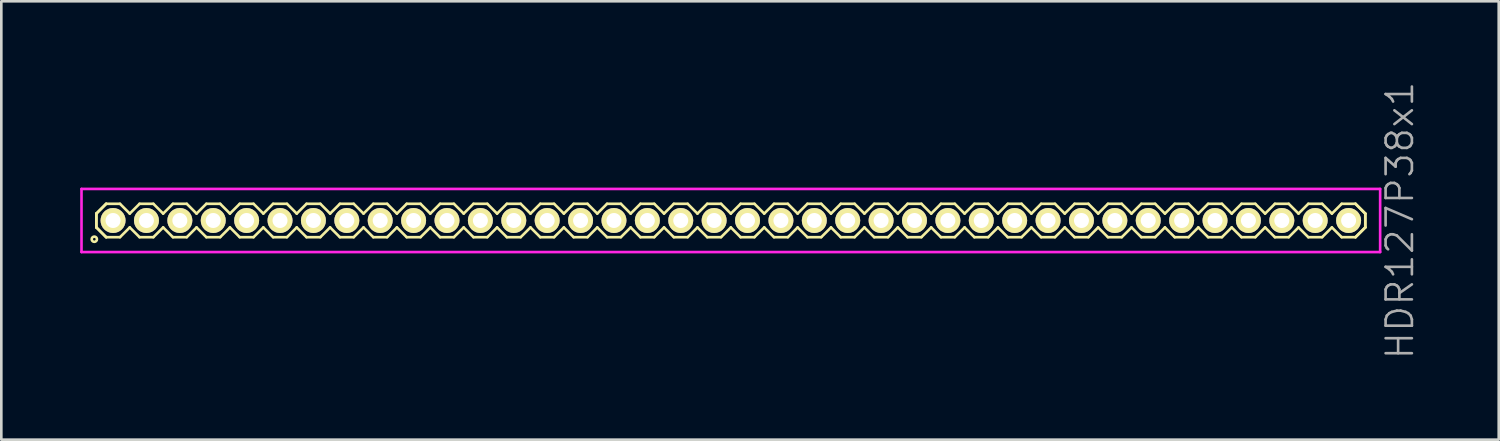
<source format=kicad_pcb>
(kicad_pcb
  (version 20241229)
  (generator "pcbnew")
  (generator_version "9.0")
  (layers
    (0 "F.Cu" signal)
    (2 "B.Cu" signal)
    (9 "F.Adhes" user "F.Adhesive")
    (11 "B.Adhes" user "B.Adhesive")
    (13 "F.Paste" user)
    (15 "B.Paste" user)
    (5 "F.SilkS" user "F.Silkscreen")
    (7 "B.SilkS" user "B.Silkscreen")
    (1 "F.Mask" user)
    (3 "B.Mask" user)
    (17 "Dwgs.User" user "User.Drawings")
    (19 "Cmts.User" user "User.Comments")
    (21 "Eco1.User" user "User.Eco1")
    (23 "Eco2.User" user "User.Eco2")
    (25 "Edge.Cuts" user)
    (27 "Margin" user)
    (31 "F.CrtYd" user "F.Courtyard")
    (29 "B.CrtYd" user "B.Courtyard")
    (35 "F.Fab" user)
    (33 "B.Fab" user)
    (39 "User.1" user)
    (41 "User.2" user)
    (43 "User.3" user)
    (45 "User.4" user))
  (footprint "HDR127P38x1"
    (layer "F.Cu")
    (at 24.745 5.336)
    (property "Reference" "HDR127P38x1" (at 25.445 0 90) (layer "F.Fab") (effects (font (size 1 1) (thickness 0.1))))
    (attr through_hole)
    (fp_line (start -24.13 -0.263) (end -23.758 -0.635) (stroke (width 0.1) (type solid)) (layer "F.SilkS"))
    (fp_line (start -24.13 -0.263) (end -23.758 -0.635) (stroke (width 0.1) (type solid)) (layer "F.SilkS"))
    (fp_line (start -24.13 0.263) (end -24.13 -0.263) (stroke (width 0.1) (type solid)) (layer "F.SilkS"))
    (fp_line (start -24.13 0.263) (end -24.13 -0.263) (stroke (width 0.1) (type solid)) (layer "F.SilkS"))
    (fp_line (start -23.758 -0.635) (end -23.232 -0.635) (stroke (width 0.1) (type solid)) (layer "F.SilkS"))
    (fp_line (start -23.758 0.635) (end -24.13 0.263) (stroke (width 0.1) (type solid)) (layer "F.SilkS"))
    (fp_line (start -23.758 0.635) (end -24.13 0.263) (stroke (width 0.1) (type solid)) (layer "F.SilkS"))
    (fp_line (start -23.232 -0.635) (end -22.86 -0.263) (stroke (width 0.1) (type solid)) (layer "F.SilkS"))
    (fp_line (start -23.232 0.635) (end -23.758 0.635) (stroke (width 0.1) (type solid)) (layer "F.SilkS"))
    (fp_line (start -22.86 -0.263) (end -22.488 -0.635) (stroke (width 0.1) (type solid)) (layer "F.SilkS"))
    (fp_line (start -22.86 0.263) (end -23.232 0.635) (stroke (width 0.1) (type solid)) (layer "F.SilkS"))
    (fp_line (start -22.488 -0.635) (end -21.962 -0.635) (stroke (width 0.1) (type solid)) (layer "F.SilkS"))
    (fp_line (start -22.488 0.635) (end -22.86 0.263) (stroke (width 0.1) (type solid)) (layer "F.SilkS"))
    (fp_line (start -21.962 -0.635) (end -21.59 -0.263) (stroke (width 0.1) (type solid)) (layer "F.SilkS"))
    (fp_line (start -21.962 0.635) (end -22.488 0.635) (stroke (width 0.1) (type solid)) (layer "F.SilkS"))
    (fp_line (start -21.59 -0.263) (end -21.218 -0.635) (stroke (width 0.1) (type solid)) (layer "F.SilkS"))
    (fp_line (start -21.59 0.263) (end -21.962 0.635) (stroke (width 0.1) (type solid)) (layer "F.SilkS"))
    (fp_line (start -21.218 -0.635) (end -20.692 -0.635) (stroke (width 0.1) (type solid)) (layer "F.SilkS"))
    (fp_line (start -21.218 0.635) (end -21.59 0.263) (stroke (width 0.1) (type solid)) (layer "F.SilkS"))
    (fp_line (start -20.692 -0.635) (end -20.32 -0.263) (stroke (width 0.1) (type solid)) (layer "F.SilkS"))
    (fp_line (start -20.692 0.635) (end -21.218 0.635) (stroke (width 0.1) (type solid)) (layer "F.SilkS"))
    (fp_line (start -20.32 -0.263) (end -19.948 -0.635) (stroke (width 0.1) (type solid)) (layer "F.SilkS"))
    (fp_line (start -20.32 0.263) (end -20.692 0.635) (stroke (width 0.1) (type solid)) (layer "F.SilkS"))
    (fp_line (start -19.948 -0.635) (end -19.422 -0.635) (stroke (width 0.1) (type solid)) (layer "F.SilkS"))
    (fp_line (start -19.948 0.635) (end -20.32 0.263) (stroke (width 0.1) (type solid)) (layer "F.SilkS"))
    (fp_line (start -19.422 -0.635) (end -19.05 -0.263) (stroke (width 0.1) (type solid)) (layer "F.SilkS"))
    (fp_line (start -19.422 0.635) (end -19.948 0.635) (stroke (width 0.1) (type solid)) (layer "F.SilkS"))
    (fp_line (start -19.05 -0.263) (end -18.678 -0.635) (stroke (width 0.1) (type solid)) (layer "F.SilkS"))
    (fp_line (start -19.05 0.263) (end -19.422 0.635) (stroke (width 0.1) (type solid)) (layer "F.SilkS"))
    (fp_line (start -18.678 -0.635) (end -18.152 -0.635) (stroke (width 0.1) (type solid)) (layer "F.SilkS"))
    (fp_line (start -18.678 0.635) (end -19.05 0.263) (stroke (width 0.1) (type solid)) (layer "F.SilkS"))
    (fp_line (start -18.152 -0.635) (end -17.78 -0.263) (stroke (width 0.1) (type solid)) (layer "F.SilkS"))
    (fp_line (start -18.152 0.635) (end -18.678 0.635) (stroke (width 0.1) (type solid)) (layer "F.SilkS"))
    (fp_line (start -17.78 -0.263) (end -17.408 -0.635) (stroke (width 0.1) (type solid)) (layer "F.SilkS"))
    (fp_line (start -17.78 0.263) (end -18.152 0.635) (stroke (width 0.1) (type solid)) (layer "F.SilkS"))
    (fp_line (start -17.408 -0.635) (end -16.882 -0.635) (stroke (width 0.1) (type solid)) (layer "F.SilkS"))
    (fp_line (start -17.408 0.635) (end -17.78 0.263) (stroke (width 0.1) (type solid)) (layer "F.SilkS"))
    (fp_line (start -16.882 -0.635) (end -16.51 -0.263) (stroke (width 0.1) (type solid)) (layer "F.SilkS"))
    (fp_line (start -16.882 0.635) (end -17.408 0.635) (stroke (width 0.1) (type solid)) (layer "F.SilkS"))
    (fp_line (start -16.51 -0.263) (end -16.138 -0.635) (stroke (width 0.1) (type solid)) (layer "F.SilkS"))
    (fp_line (start -16.51 0.263) (end -16.882 0.635) (stroke (width 0.1) (type solid)) (layer "F.SilkS"))
    (fp_line (start -16.138 -0.635) (end -15.612 -0.635) (stroke (width 0.1) (type solid)) (layer "F.SilkS"))
    (fp_line (start -16.138 0.635) (end -16.51 0.263) (stroke (width 0.1) (type solid)) (layer "F.SilkS"))
    (fp_line (start -15.612 -0.635) (end -15.24 -0.263) (stroke (width 0.1) (type solid)) (layer "F.SilkS"))
    (fp_line (start -15.612 0.635) (end -16.138 0.635) (stroke (width 0.1) (type solid)) (layer "F.SilkS"))
    (fp_line (start -15.24 -0.263) (end -14.868 -0.635) (stroke (width 0.1) (type solid)) (layer "F.SilkS"))
    (fp_line (start -15.24 0.263) (end -15.612 0.635) (stroke (width 0.1) (type solid)) (layer "F.SilkS"))
    (fp_line (start -14.868 -0.635) (end -14.342 -0.635) (stroke (width 0.1) (type solid)) (layer "F.SilkS"))
    (fp_line (start -14.868 0.635) (end -15.24 0.263) (stroke (width 0.1) (type solid)) (layer "F.SilkS"))
    (fp_line (start -14.342 -0.635) (end -13.97 -0.263) (stroke (width 0.1) (type solid)) (layer "F.SilkS"))
    (fp_line (start -14.342 0.635) (end -14.868 0.635) (stroke (width 0.1) (type solid)) (layer "F.SilkS"))
    (fp_line (start -13.97 -0.263) (end -13.598 -0.635) (stroke (width 0.1) (type solid)) (layer "F.SilkS"))
    (fp_line (start -13.97 0.263) (end -14.342 0.635) (stroke (width 0.1) (type solid)) (layer "F.SilkS"))
    (fp_line (start -13.598 -0.635) (end -13.072 -0.635) (stroke (width 0.1) (type solid)) (layer "F.SilkS"))
    (fp_line (start -13.598 0.635) (end -13.97 0.263) (stroke (width 0.1) (type solid)) (layer "F.SilkS"))
    (fp_line (start -13.072 -0.635) (end -12.7 -0.263) (stroke (width 0.1) (type solid)) (layer "F.SilkS"))
    (fp_line (start -13.072 0.635) (end -13.598 0.635) (stroke (width 0.1) (type solid)) (layer "F.SilkS"))
    (fp_line (start -12.7 -0.263) (end -12.328 -0.635) (stroke (width 0.1) (type solid)) (layer "F.SilkS"))
    (fp_line (start -12.7 0.263) (end -13.072 0.635) (stroke (width 0.1) (type solid)) (layer "F.SilkS"))
    (fp_line (start -12.328 -0.635) (end -11.802 -0.635) (stroke (width 0.1) (type solid)) (layer "F.SilkS"))
    (fp_line (start -12.328 0.635) (end -12.7 0.263) (stroke (width 0.1) (type solid)) (layer "F.SilkS"))
    (fp_line (start -11.802 -0.635) (end -11.43 -0.263) (stroke (width 0.1) (type solid)) (layer "F.SilkS"))
    (fp_line (start -11.802 0.635) (end -12.328 0.635) (stroke (width 0.1) (type solid)) (layer "F.SilkS"))
    (fp_line (start -11.43 -0.263) (end -11.058 -0.635) (stroke (width 0.1) (type solid)) (layer "F.SilkS"))
    (fp_line (start -11.43 0.263) (end -11.802 0.635) (stroke (width 0.1) (type solid)) (layer "F.SilkS"))
    (fp_line (start -11.058 -0.635) (end -10.532 -0.635) (stroke (width 0.1) (type solid)) (layer "F.SilkS"))
    (fp_line (start -11.058 0.635) (end -11.43 0.263) (stroke (width 0.1) (type solid)) (layer "F.SilkS"))
    (fp_line (start -10.532 -0.635) (end -10.16 -0.263) (stroke (width 0.1) (type solid)) (layer "F.SilkS"))
    (fp_line (start -10.532 0.635) (end -11.058 0.635) (stroke (width 0.1) (type solid)) (layer "F.SilkS"))
    (fp_line (start -10.16 -0.263) (end -9.788 -0.635) (stroke (width 0.1) (type solid)) (layer "F.SilkS"))
    (fp_line (start -10.16 0.263) (end -10.532 0.635) (stroke (width 0.1) (type solid)) (layer "F.SilkS"))
    (fp_line (start -9.788 -0.635) (end -9.262 -0.635) (stroke (width 0.1) (type solid)) (layer "F.SilkS"))
    (fp_line (start -9.788 0.635) (end -10.16 0.263) (stroke (width 0.1) (type solid)) (layer "F.SilkS"))
    (fp_line (start -9.262 -0.635) (end -8.89 -0.263) (stroke (width 0.1) (type solid)) (layer "F.SilkS"))
    (fp_line (start -9.262 0.635) (end -9.788 0.635) (stroke (width 0.1) (type solid)) (layer "F.SilkS"))
    (fp_line (start -8.89 -0.263) (end -8.518 -0.635) (stroke (width 0.1) (type solid)) (layer "F.SilkS"))
    (fp_line (start -8.89 0.263) (end -9.262 0.635) (stroke (width 0.1) (type solid)) (layer "F.SilkS"))
    (fp_line (start -8.518 -0.635) (end -7.992 -0.635) (stroke (width 0.1) (type solid)) (layer "F.SilkS"))
    (fp_line (start -8.518 0.635) (end -8.89 0.263) (stroke (width 0.1) (type solid)) (layer "F.SilkS"))
    (fp_line (start -7.992 -0.635) (end -7.62 -0.263) (stroke (width 0.1) (type solid)) (layer "F.SilkS"))
    (fp_line (start -7.992 0.635) (end -8.518 0.635) (stroke (width 0.1) (type solid)) (layer "F.SilkS"))
    (fp_line (start -7.62 -0.263) (end -7.248 -0.635) (stroke (width 0.1) (type solid)) (layer "F.SilkS"))
    (fp_line (start -7.62 0.263) (end -7.992 0.635) (stroke (width 0.1) (type solid)) (layer "F.SilkS"))
    (fp_line (start -7.248 -0.635) (end -6.722 -0.635) (stroke (width 0.1) (type solid)) (layer "F.SilkS"))
    (fp_line (start -7.248 0.635) (end -7.62 0.263) (stroke (width 0.1) (type solid)) (layer "F.SilkS"))
    (fp_line (start -6.722 -0.635) (end -6.35 -0.263) (stroke (width 0.1) (type solid)) (layer "F.SilkS"))
    (fp_line (start -6.722 0.635) (end -7.248 0.635) (stroke (width 0.1) (type solid)) (layer "F.SilkS"))
    (fp_line (start -6.35 -0.263) (end -5.978 -0.635) (stroke (width 0.1) (type solid)) (layer "F.SilkS"))
    (fp_line (start -6.35 0.263) (end -6.722 0.635) (stroke (width 0.1) (type solid)) (layer "F.SilkS"))
    (fp_line (start -5.978 -0.635) (end -5.452 -0.635) (stroke (width 0.1) (type solid)) (layer "F.SilkS"))
    (fp_line (start -5.978 0.635) (end -6.35 0.263) (stroke (width 0.1) (type solid)) (layer "F.SilkS"))
    (fp_line (start -5.452 -0.635) (end -5.08 -0.263) (stroke (width 0.1) (type solid)) (layer "F.SilkS"))
    (fp_line (start -5.452 0.635) (end -5.978 0.635) (stroke (width 0.1) (type solid)) (layer "F.SilkS"))
    (fp_line (start -5.08 -0.263) (end -4.708 -0.635) (stroke (width 0.1) (type solid)) (layer "F.SilkS"))
    (fp_line (start -5.08 0.263) (end -5.452 0.635) (stroke (width 0.1) (type solid)) (layer "F.SilkS"))
    (fp_line (start -4.708 -0.635) (end -4.182 -0.635) (stroke (width 0.1) (type solid)) (layer "F.SilkS"))
    (fp_line (start -4.708 0.635) (end -5.08 0.263) (stroke (width 0.1) (type solid)) (layer "F.SilkS"))
    (fp_line (start -4.182 -0.635) (end -3.81 -0.263) (stroke (width 0.1) (type solid)) (layer "F.SilkS"))
    (fp_line (start -4.182 0.635) (end -4.708 0.635) (stroke (width 0.1) (type solid)) (layer "F.SilkS"))
    (fp_line (start -3.81 -0.263) (end -3.438 -0.635) (stroke (width 0.1) (type solid)) (layer "F.SilkS"))
    (fp_line (start -3.81 0.263) (end -4.182 0.635) (stroke (width 0.1) (type solid)) (layer "F.SilkS"))
    (fp_line (start -3.438 -0.635) (end -2.912 -0.635) (stroke (width 0.1) (type solid)) (layer "F.SilkS"))
    (fp_line (start -3.438 0.635) (end -3.81 0.263) (stroke (width 0.1) (type solid)) (layer "F.SilkS"))
    (fp_line (start -2.912 -0.635) (end -2.54 -0.263) (stroke (width 0.1) (type solid)) (layer "F.SilkS"))
    (fp_line (start -2.912 0.635) (end -3.438 0.635) (stroke (width 0.1) (type solid)) (layer "F.SilkS"))
    (fp_line (start -2.54 -0.263) (end -2.168 -0.635) (stroke (width 0.1) (type solid)) (layer "F.SilkS"))
    (fp_line (start -2.54 0.263) (end -2.912 0.635) (stroke (width 0.1) (type solid)) (layer "F.SilkS"))
    (fp_line (start -2.168 -0.635) (end -1.642 -0.635) (stroke (width 0.1) (type solid)) (layer "F.SilkS"))
    (fp_line (start -2.168 0.635) (end -2.54 0.263) (stroke (width 0.1) (type solid)) (layer "F.SilkS"))
    (fp_line (start -1.642 -0.635) (end -1.27 -0.263) (stroke (width 0.1) (type solid)) (layer "F.SilkS"))
    (fp_line (start -1.642 0.635) (end -2.168 0.635) (stroke (width 0.1) (type solid)) (layer "F.SilkS"))
    (fp_line (start -1.27 -0.263) (end -0.898 -0.635) (stroke (width 0.1) (type solid)) (layer "F.SilkS"))
    (fp_line (start -1.27 0.263) (end -1.642 0.635) (stroke (width 0.1) (type solid)) (layer "F.SilkS"))
    (fp_line (start -0.898 -0.635) (end -0.372 -0.635) (stroke (width 0.1) (type solid)) (layer "F.SilkS"))
    (fp_line (start -0.898 0.635) (end -1.27 0.263) (stroke (width 0.1) (type solid)) (layer "F.SilkS"))
    (fp_line (start -0.372 -0.635) (end 0 -0.263) (stroke (width 0.1) (type solid)) (layer "F.SilkS"))
    (fp_line (start -0.372 0.635) (end -0.898 0.635) (stroke (width 0.1) (type solid)) (layer "F.SilkS"))
    (fp_line (start 0 -0.263) (end 0.372 -0.635) (stroke (width 0.1) (type solid)) (layer "F.SilkS"))
    (fp_line (start 0 0.263) (end -0.372 0.635) (stroke (width 0.1) (type solid)) (layer "F.SilkS"))
    (fp_line (start 0.372 -0.635) (end 0.898 -0.635) (stroke (width 0.1) (type solid)) (layer "F.SilkS"))
    (fp_line (start 0.372 0.635) (end 0 0.263) (stroke (width 0.1) (type solid)) (layer "F.SilkS"))
    (fp_line (start 0.898 -0.635) (end 1.27 -0.263) (stroke (width 0.1) (type solid)) (layer "F.SilkS"))
    (fp_line (start 0.898 0.635) (end 0.372 0.635) (stroke (width 0.1) (type solid)) (layer "F.SilkS"))
    (fp_line (start 1.27 -0.263) (end 1.642 -0.635) (stroke (width 0.1) (type solid)) (layer "F.SilkS"))
    (fp_line (start 1.27 0.263) (end 0.898 0.635) (stroke (width 0.1) (type solid)) (layer "F.SilkS"))
    (fp_line (start 1.642 -0.635) (end 2.168 -0.635) (stroke (width 0.1) (type solid)) (layer "F.SilkS"))
    (fp_line (start 1.642 0.635) (end 1.27 0.263) (stroke (width 0.1) (type solid)) (layer "F.SilkS"))
    (fp_line (start 2.168 -0.635) (end 2.54 -0.263) (stroke (width 0.1) (type solid)) (layer "F.SilkS"))
    (fp_line (start 2.168 0.635) (end 1.642 0.635) (stroke (width 0.1) (type solid)) (layer "F.SilkS"))
    (fp_line (start 2.54 -0.263) (end 2.912 -0.635) (stroke (width 0.1) (type solid)) (layer "F.SilkS"))
    (fp_line (start 2.54 0.263) (end 2.168 0.635) (stroke (width 0.1) (type solid)) (layer "F.SilkS"))
    (fp_line (start 2.912 -0.635) (end 3.438 -0.635) (stroke (width 0.1) (type solid)) (layer "F.SilkS"))
    (fp_line (start 2.912 0.635) (end 2.54 0.263) (stroke (width 0.1) (type solid)) (layer "F.SilkS"))
    (fp_line (start 3.438 -0.635) (end 3.81 -0.263) (stroke (width 0.1) (type solid)) (layer "F.SilkS"))
    (fp_line (start 3.438 0.635) (end 2.912 0.635) (stroke (width 0.1) (type solid)) (layer "F.SilkS"))
    (fp_line (start 3.81 -0.263) (end 4.182 -0.635) (stroke (width 0.1) (type solid)) (layer "F.SilkS"))
    (fp_line (start 3.81 0.263) (end 3.438 0.635) (stroke (width 0.1) (type solid)) (layer "F.SilkS"))
    (fp_line (start 4.182 -0.635) (end 4.708 -0.635) (stroke (width 0.1) (type solid)) (layer "F.SilkS"))
    (fp_line (start 4.182 0.635) (end 3.81 0.263) (stroke (width 0.1) (type solid)) (layer "F.SilkS"))
    (fp_line (start 4.708 -0.635) (end 5.08 -0.263) (stroke (width 0.1) (type solid)) (layer "F.SilkS"))
    (fp_line (start 4.708 0.635) (end 4.182 0.635) (stroke (width 0.1) (type solid)) (layer "F.SilkS"))
    (fp_line (start 5.08 -0.263) (end 5.452 -0.635) (stroke (width 0.1) (type solid)) (layer "F.SilkS"))
    (fp_line (start 5.08 0.263) (end 4.708 0.635) (stroke (width 0.1) (type solid)) (layer "F.SilkS"))
    (fp_line (start 5.452 -0.635) (end 5.978 -0.635) (stroke (width 0.1) (type solid)) (layer "F.SilkS"))
    (fp_line (start 5.452 0.635) (end 5.08 0.263) (stroke (width 0.1) (type solid)) (layer "F.SilkS"))
    (fp_line (start 5.978 -0.635) (end 6.35 -0.263) (stroke (width 0.1) (type solid)) (layer "F.SilkS"))
    (fp_line (start 5.978 0.635) (end 5.452 0.635) (stroke (width 0.1) (type solid)) (layer "F.SilkS"))
    (fp_line (start 6.35 -0.263) (end 6.722 -0.635) (stroke (width 0.1) (type solid)) (layer "F.SilkS"))
    (fp_line (start 6.35 0.263) (end 5.978 0.635) (stroke (width 0.1) (type solid)) (layer "F.SilkS"))
    (fp_line (start 6.722 -0.635) (end 7.248 -0.635) (stroke (width 0.1) (type solid)) (layer "F.SilkS"))
    (fp_line (start 6.722 0.635) (end 6.35 0.263) (stroke (width 0.1) (type solid)) (layer "F.SilkS"))
    (fp_line (start 7.248 -0.635) (end 7.62 -0.263) (stroke (width 0.1) (type solid)) (layer "F.SilkS"))
    (fp_line (start 7.248 0.635) (end 6.722 0.635) (stroke (width 0.1) (type solid)) (layer "F.SilkS"))
    (fp_line (start 7.62 -0.263) (end 7.992 -0.635) (stroke (width 0.1) (type solid)) (layer "F.SilkS"))
    (fp_line (start 7.62 0.263) (end 7.248 0.635) (stroke (width 0.1) (type solid)) (layer "F.SilkS"))
    (fp_line (start 7.992 -0.635) (end 8.518 -0.635) (stroke (width 0.1) (type solid)) (layer "F.SilkS"))
    (fp_line (start 7.992 0.635) (end 7.62 0.263) (stroke (width 0.1) (type solid)) (layer "F.SilkS"))
    (fp_line (start 8.518 -0.635) (end 8.89 -0.263) (stroke (width 0.1) (type solid)) (layer "F.SilkS"))
    (fp_line (start 8.518 0.635) (end 7.992 0.635) (stroke (width 0.1) (type solid)) (layer "F.SilkS"))
    (fp_line (start 8.89 -0.263) (end 9.262 -0.635) (stroke (width 0.1) (type solid)) (layer "F.SilkS"))
    (fp_line (start 8.89 0.263) (end 8.518 0.635) (stroke (width 0.1) (type solid)) (layer "F.SilkS"))
    (fp_line (start 9.262 -0.635) (end 9.788 -0.635) (stroke (width 0.1) (type solid)) (layer "F.SilkS"))
    (fp_line (start 9.262 0.635) (end 8.89 0.263) (stroke (width 0.1) (type solid)) (layer "F.SilkS"))
    (fp_line (start 9.788 -0.635) (end 10.16 -0.263) (stroke (width 0.1) (type solid)) (layer "F.SilkS"))
    (fp_line (start 9.788 0.635) (end 9.262 0.635) (stroke (width 0.1) (type solid)) (layer "F.SilkS"))
    (fp_line (start 10.16 -0.263) (end 10.532 -0.635) (stroke (width 0.1) (type solid)) (layer "F.SilkS"))
    (fp_line (start 10.16 0.263) (end 9.788 0.635) (stroke (width 0.1) (type solid)) (layer "F.SilkS"))
    (fp_line (start 10.532 -0.635) (end 11.058 -0.635) (stroke (width 0.1) (type solid)) (layer "F.SilkS"))
    (fp_line (start 10.532 0.635) (end 10.16 0.263) (stroke (width 0.1) (type solid)) (layer "F.SilkS"))
    (fp_line (start 11.058 -0.635) (end 11.43 -0.263) (stroke (width 0.1) (type solid)) (layer "F.SilkS"))
    (fp_line (start 11.058 0.635) (end 10.532 0.635) (stroke (width 0.1) (type solid)) (layer "F.SilkS"))
    (fp_line (start 11.43 -0.263) (end 11.802 -0.635) (stroke (width 0.1) (type solid)) (layer "F.SilkS"))
    (fp_line (start 11.43 0.263) (end 11.058 0.635) (stroke (width 0.1) (type solid)) (layer "F.SilkS"))
    (fp_line (start 11.802 -0.635) (end 12.328 -0.635) (stroke (width 0.1) (type solid)) (layer "F.SilkS"))
    (fp_line (start 11.802 0.635) (end 11.43 0.263) (stroke (width 0.1) (type solid)) (layer "F.SilkS"))
    (fp_line (start 12.328 -0.635) (end 12.7 -0.263) (stroke (width 0.1) (type solid)) (layer "F.SilkS"))
    (fp_line (start 12.328 0.635) (end 11.802 0.635) (stroke (width 0.1) (type solid)) (layer "F.SilkS"))
    (fp_line (start 12.7 -0.263) (end 13.072 -0.635) (stroke (width 0.1) (type solid)) (layer "F.SilkS"))
    (fp_line (start 12.7 0.263) (end 12.328 0.635) (stroke (width 0.1) (type solid)) (layer "F.SilkS"))
    (fp_line (start 13.072 -0.635) (end 13.598 -0.635) (stroke (width 0.1) (type solid)) (layer "F.SilkS"))
    (fp_line (start 13.072 0.635) (end 12.7 0.263) (stroke (width 0.1) (type solid)) (layer "F.SilkS"))
    (fp_line (start 13.598 -0.635) (end 13.97 -0.263) (stroke (width 0.1) (type solid)) (layer "F.SilkS"))
    (fp_line (start 13.598 0.635) (end 13.072 0.635) (stroke (width 0.1) (type solid)) (layer "F.SilkS"))
    (fp_line (start 13.97 -0.263) (end 14.342 -0.635) (stroke (width 0.1) (type solid)) (layer "F.SilkS"))
    (fp_line (start 13.97 0.263) (end 13.598 0.635) (stroke (width 0.1) (type solid)) (layer "F.SilkS"))
    (fp_line (start 14.342 -0.635) (end 14.868 -0.635) (stroke (width 0.1) (type solid)) (layer "F.SilkS"))
    (fp_line (start 14.342 0.635) (end 13.97 0.263) (stroke (width 0.1) (type solid)) (layer "F.SilkS"))
    (fp_line (start 14.868 -0.635) (end 15.24 -0.263) (stroke (width 0.1) (type solid)) (layer "F.SilkS"))
    (fp_line (start 14.868 0.635) (end 14.342 0.635) (stroke (width 0.1) (type solid)) (layer "F.SilkS"))
    (fp_line (start 15.24 -0.263) (end 15.612 -0.635) (stroke (width 0.1) (type solid)) (layer "F.SilkS"))
    (fp_line (start 15.24 0.263) (end 14.868 0.635) (stroke (width 0.1) (type solid)) (layer "F.SilkS"))
    (fp_line (start 15.612 -0.635) (end 16.138 -0.635) (stroke (width 0.1) (type solid)) (layer "F.SilkS"))
    (fp_line (start 15.612 0.635) (end 15.24 0.263) (stroke (width 0.1) (type solid)) (layer "F.SilkS"))
    (fp_line (start 16.138 -0.635) (end 16.51 -0.263) (stroke (width 0.1) (type solid)) (layer "F.SilkS"))
    (fp_line (start 16.138 0.635) (end 15.612 0.635) (stroke (width 0.1) (type solid)) (layer "F.SilkS"))
    (fp_line (start 16.51 -0.263) (end 16.882 -0.635) (stroke (width 0.1) (type solid)) (layer "F.SilkS"))
    (fp_line (start 16.51 0.263) (end 16.138 0.635) (stroke (width 0.1) (type solid)) (layer "F.SilkS"))
    (fp_line (start 16.882 -0.635) (end 17.408 -0.635) (stroke (width 0.1) (type solid)) (layer "F.SilkS"))
    (fp_line (start 16.882 0.635) (end 16.51 0.263) (stroke (width 0.1) (type solid)) (layer "F.SilkS"))
    (fp_line (start 17.408 -0.635) (end 17.78 -0.263) (stroke (width 0.1) (type solid)) (layer "F.SilkS"))
    (fp_line (start 17.408 0.635) (end 16.882 0.635) (stroke (width 0.1) (type solid)) (layer "F.SilkS"))
    (fp_line (start 17.78 -0.263) (end 18.152 -0.635) (stroke (width 0.1) (type solid)) (layer "F.SilkS"))
    (fp_line (start 17.78 0.263) (end 17.408 0.635) (stroke (width 0.1) (type solid)) (layer "F.SilkS"))
    (fp_line (start 18.152 -0.635) (end 18.678 -0.635) (stroke (width 0.1) (type solid)) (layer "F.SilkS"))
    (fp_line (start 18.152 0.635) (end 17.78 0.263) (stroke (width 0.1) (type solid)) (layer "F.SilkS"))
    (fp_line (start 18.678 -0.635) (end 19.05 -0.263) (stroke (width 0.1) (type solid)) (layer "F.SilkS"))
    (fp_line (start 18.678 0.635) (end 18.152 0.635) (stroke (width 0.1) (type solid)) (layer "F.SilkS"))
    (fp_line (start 19.05 -0.263) (end 19.422 -0.635) (stroke (width 0.1) (type solid)) (layer "F.SilkS"))
    (fp_line (start 19.05 0.263) (end 18.678 0.635) (stroke (width 0.1) (type solid)) (layer "F.SilkS"))
    (fp_line (start 19.422 -0.635) (end 19.948 -0.635) (stroke (width 0.1) (type solid)) (layer "F.SilkS"))
    (fp_line (start 19.422 0.635) (end 19.05 0.263) (stroke (width 0.1) (type solid)) (layer "F.SilkS"))
    (fp_line (start 19.948 -0.635) (end 20.32 -0.263) (stroke (width 0.1) (type solid)) (layer "F.SilkS"))
    (fp_line (start 19.948 0.635) (end 19.422 0.635) (stroke (width 0.1) (type solid)) (layer "F.SilkS"))
    (fp_line (start 20.32 -0.263) (end 20.692 -0.635) (stroke (width 0.1) (type solid)) (layer "F.SilkS"))
    (fp_line (start 20.32 0.263) (end 19.948 0.635) (stroke (width 0.1) (type solid)) (layer "F.SilkS"))
    (fp_line (start 20.692 -0.635) (end 21.218 -0.635) (stroke (width 0.1) (type solid)) (layer "F.SilkS"))
    (fp_line (start 20.692 0.635) (end 20.32 0.263) (stroke (width 0.1) (type solid)) (layer "F.SilkS"))
    (fp_line (start 21.218 -0.635) (end 21.59 -0.263) (stroke (width 0.1) (type solid)) (layer "F.SilkS"))
    (fp_line (start 21.218 0.635) (end 20.692 0.635) (stroke (width 0.1) (type solid)) (layer "F.SilkS"))
    (fp_line (start 21.59 -0.263) (end 21.962 -0.635) (stroke (width 0.1) (type solid)) (layer "F.SilkS"))
    (fp_line (start 21.59 0.263) (end 21.218 0.635) (stroke (width 0.1) (type solid)) (layer "F.SilkS"))
    (fp_line (start 21.962 -0.635) (end 22.488 -0.635) (stroke (width 0.1) (type solid)) (layer "F.SilkS"))
    (fp_line (start 21.962 0.635) (end 21.59 0.263) (stroke (width 0.1) (type solid)) (layer "F.SilkS"))
    (fp_line (start 22.488 -0.635) (end 22.86 -0.263) (stroke (width 0.1) (type solid)) (layer "F.SilkS"))
    (fp_line (start 22.488 0.635) (end 21.962 0.635) (stroke (width 0.1) (type solid)) (layer "F.SilkS"))
    (fp_line (start 22.86 -0.263) (end 23.232 -0.635) (stroke (width 0.1) (type solid)) (layer "F.SilkS"))
    (fp_line (start 22.86 0.263) (end 22.488 0.635) (stroke (width 0.1) (type solid)) (layer "F.SilkS"))
    (fp_line (start 23.232 -0.635) (end 23.758 -0.635) (stroke (width 0.1) (type solid)) (layer "F.SilkS"))
    (fp_line (start 23.232 0.635) (end 22.86 0.263) (stroke (width 0.1) (type solid)) (layer "F.SilkS"))
    (fp_line (start 23.758 -0.635) (end 24.13 -0.263) (stroke (width 0.1) (type solid)) (layer "F.SilkS"))
    (fp_line (start 23.758 -0.635) (end 24.13 -0.263) (stroke (width 0.1) (type solid)) (layer "F.SilkS"))
    (fp_line (start 23.758 0.635) (end 23.232 0.635) (stroke (width 0.1) (type solid)) (layer "F.SilkS"))
    (fp_line (start 24.13 -0.263) (end 24.13 0.263) (stroke (width 0.1) (type solid)) (layer "F.SilkS"))
    (fp_line (start 24.13 -0.263) (end 24.13 0.263) (stroke (width 0.1) (type solid)) (layer "F.SilkS"))
    (fp_line (start 24.13 0.263) (end 23.758 0.635) (stroke (width 0.1) (type solid)) (layer "F.SilkS"))
    (fp_line (start 24.13 0.263) (end 23.758 0.635) (stroke (width 0.1) (type solid)) (layer "F.SilkS"))
    (fp_circle (center -24.208 0.712) (end -24.108 0.712) (stroke (width 0.1) (type solid)) (fill no) (layer "F.SilkS"))
    (fp_line (start -24.695 -1.2) (end -24.695 1.2) (stroke (width 0.1) (type solid)) (layer "F.CrtYd"))
    (fp_line (start -24.695 1.2) (end 24.695 1.2) (stroke (width 0.1) (type solid)) (layer "F.CrtYd"))
    (fp_line (start 24.695 -1.2) (end -24.695 -1.2) (stroke (width 0.1) (type solid)) (layer "F.CrtYd"))
    (fp_line (start 24.695 1.2) (end 24.695 -1.2) (stroke (width 0.1) (type solid)) (layer "F.CrtYd"))
    (pad "1" thru_hole oval (at -23.495 0) (size 0.95 0.95) (drill 0.57) (layers "*.Cu" "*.Mask" "F.SilkS"))
    (pad "2" thru_hole oval (at -22.225 0) (size 0.95 0.95) (drill 0.57) (layers "*.Cu" "*.Mask" "F.SilkS"))
    (pad "3" thru_hole oval (at -20.955 0) (size 0.95 0.95) (drill 0.57) (layers "*.Cu" "*.Mask" "F.SilkS"))
    (pad "4" thru_hole oval (at -19.685 0) (size 0.95 0.95) (drill 0.57) (layers "*.Cu" "*.Mask" "F.SilkS"))
    (pad "5" thru_hole oval (at -18.415 0) (size 0.95 0.95) (drill 0.57) (layers "*.Cu" "*.Mask" "F.SilkS"))
    (pad "6" thru_hole oval (at -17.145 0) (size 0.95 0.95) (drill 0.57) (layers "*.Cu" "*.Mask" "F.SilkS"))
    (pad "7" thru_hole oval (at -15.875 0) (size 0.95 0.95) (drill 0.57) (layers "*.Cu" "*.Mask" "F.SilkS"))
    (pad "8" thru_hole oval (at -14.605 0) (size 0.95 0.95) (drill 0.57) (layers "*.Cu" "*.Mask" "F.SilkS"))
    (pad "9" thru_hole oval (at -13.335 0) (size 0.95 0.95) (drill 0.57) (layers "*.Cu" "*.Mask" "F.SilkS"))
    (pad "10" thru_hole oval (at -12.065 0) (size 0.95 0.95) (drill 0.57) (layers "*.Cu" "*.Mask" "F.SilkS"))
    (pad "11" thru_hole oval (at -10.795 0) (size 0.95 0.95) (drill 0.57) (layers "*.Cu" "*.Mask" "F.SilkS"))
    (pad "12" thru_hole oval (at -9.525 0) (size 0.95 0.95) (drill 0.57) (layers "*.Cu" "*.Mask" "F.SilkS"))
    (pad "13" thru_hole oval (at -8.255 0) (size 0.95 0.95) (drill 0.57) (layers "*.Cu" "*.Mask" "F.SilkS"))
    (pad "14" thru_hole oval (at -6.985 0) (size 0.95 0.95) (drill 0.57) (layers "*.Cu" "*.Mask" "F.SilkS"))
    (pad "15" thru_hole oval (at -5.715 0) (size 0.95 0.95) (drill 0.57) (layers "*.Cu" "*.Mask" "F.SilkS"))
    (pad "16" thru_hole oval (at -4.445 0) (size 0.95 0.95) (drill 0.57) (layers "*.Cu" "*.Mask" "F.SilkS"))
    (pad "17" thru_hole oval (at -3.175 0) (size 0.95 0.95) (drill 0.57) (layers "*.Cu" "*.Mask" "F.SilkS"))
    (pad "18" thru_hole oval (at -1.905 0) (size 0.95 0.95) (drill 0.57) (layers "*.Cu" "*.Mask" "F.SilkS"))
    (pad "19" thru_hole oval (at -0.635 0) (size 0.95 0.95) (drill 0.57) (layers "*.Cu" "*.Mask" "F.SilkS"))
    (pad "20" thru_hole oval (at 0.635 0) (size 0.95 0.95) (drill 0.57) (layers "*.Cu" "*.Mask" "F.SilkS"))
    (pad "21" thru_hole oval (at 1.905 0) (size 0.95 0.95) (drill 0.57) (layers "*.Cu" "*.Mask" "F.SilkS"))
    (pad "22" thru_hole oval (at 3.175 0) (size 0.95 0.95) (drill 0.57) (layers "*.Cu" "*.Mask" "F.SilkS"))
    (pad "23" thru_hole oval (at 4.445 0) (size 0.95 0.95) (drill 0.57) (layers "*.Cu" "*.Mask" "F.SilkS"))
    (pad "24" thru_hole oval (at 5.715 0) (size 0.95 0.95) (drill 0.57) (layers "*.Cu" "*.Mask" "F.SilkS"))
    (pad "25" thru_hole oval (at 6.985 0) (size 0.95 0.95) (drill 0.57) (layers "*.Cu" "*.Mask" "F.SilkS"))
    (pad "26" thru_hole oval (at 8.255 0) (size 0.95 0.95) (drill 0.57) (layers "*.Cu" "*.Mask" "F.SilkS"))
    (pad "27" thru_hole oval (at 9.525 0) (size 0.95 0.95) (drill 0.57) (layers "*.Cu" "*.Mask" "F.SilkS"))
    (pad "28" thru_hole oval (at 10.795 0) (size 0.95 0.95) (drill 0.57) (layers "*.Cu" "*.Mask" "F.SilkS"))
    (pad "29" thru_hole oval (at 12.065 0) (size 0.95 0.95) (drill 0.57) (layers "*.Cu" "*.Mask" "F.SilkS"))
    (pad "30" thru_hole oval (at 13.335 0) (size 0.95 0.95) (drill 0.57) (layers "*.Cu" "*.Mask" "F.SilkS"))
    (pad "31" thru_hole oval (at 14.605 0) (size 0.95 0.95) (drill 0.57) (layers "*.Cu" "*.Mask" "F.SilkS"))
    (pad "32" thru_hole oval (at 15.875 0) (size 0.95 0.95) (drill 0.57) (layers "*.Cu" "*.Mask" "F.SilkS"))
    (pad "33" thru_hole oval (at 17.145 0) (size 0.95 0.95) (drill 0.57) (layers "*.Cu" "*.Mask" "F.SilkS"))
    (pad "34" thru_hole oval (at 18.415 0) (size 0.95 0.95) (drill 0.57) (layers "*.Cu" "*.Mask" "F.SilkS"))
    (pad "35" thru_hole oval (at 19.685 0) (size 0.95 0.95) (drill 0.57) (layers "*.Cu" "*.Mask" "F.SilkS"))
    (pad "36" thru_hole oval (at 20.955 0) (size 0.95 0.95) (drill 0.57) (layers "*.Cu" "*.Mask" "F.SilkS"))
    (pad "37" thru_hole oval (at 22.225 0) (size 0.95 0.95) (drill 0.57) (layers "*.Cu" "*.Mask" "F.SilkS"))
    (pad "38" thru_hole oval (at 23.495 0) (size 0.95 0.95) (drill 0.57) (layers "*.Cu" "*.Mask" "F.SilkS")))
  (gr_rect
    (start -3 -3)
    (end 53.95 13.671)
    (stroke (width 0.1) (type default))
    (fill no)
    (layer "Edge.Cuts")))
</source>
